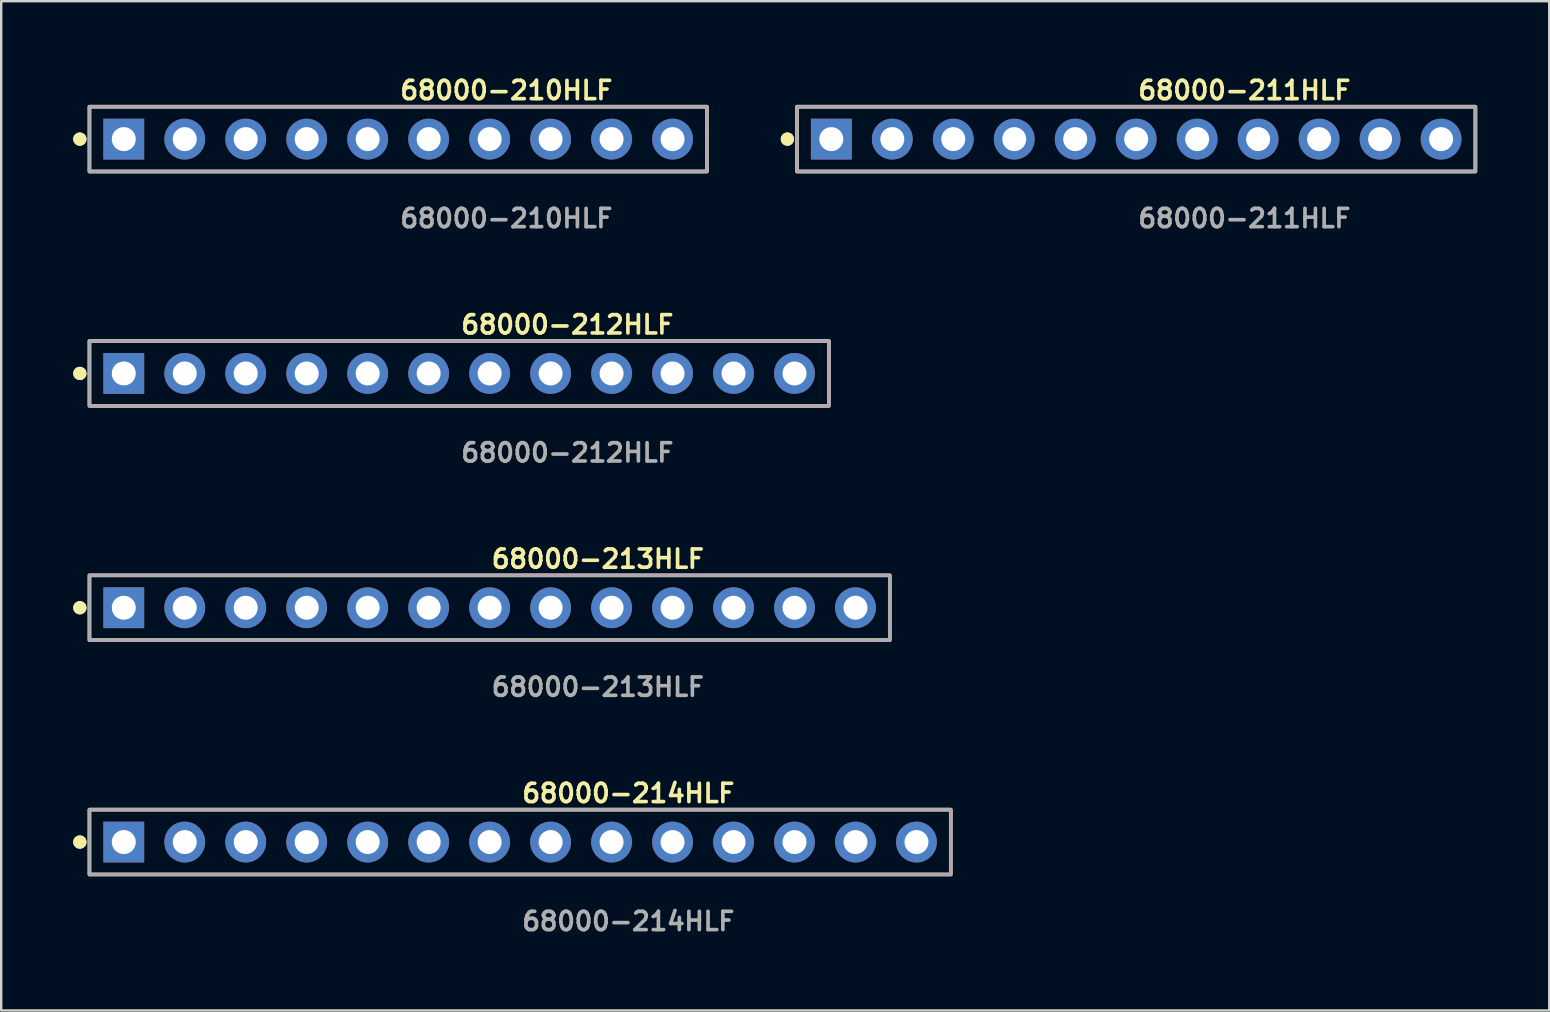
<source format=kicad_pcb>
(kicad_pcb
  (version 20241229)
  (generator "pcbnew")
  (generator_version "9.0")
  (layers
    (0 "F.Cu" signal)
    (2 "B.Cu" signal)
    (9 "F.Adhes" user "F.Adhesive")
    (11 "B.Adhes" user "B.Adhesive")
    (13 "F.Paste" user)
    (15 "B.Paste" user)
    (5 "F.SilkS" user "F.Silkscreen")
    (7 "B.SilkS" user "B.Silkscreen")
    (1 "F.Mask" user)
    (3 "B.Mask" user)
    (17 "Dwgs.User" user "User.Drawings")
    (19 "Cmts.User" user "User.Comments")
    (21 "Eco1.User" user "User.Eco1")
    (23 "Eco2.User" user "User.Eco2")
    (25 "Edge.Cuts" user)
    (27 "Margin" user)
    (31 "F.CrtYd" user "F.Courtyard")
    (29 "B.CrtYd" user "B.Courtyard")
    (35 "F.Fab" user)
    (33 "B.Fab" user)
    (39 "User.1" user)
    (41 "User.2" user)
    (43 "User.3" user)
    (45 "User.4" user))
  (footprint "68000-212HLF"
    (layer "F.Cu")
    (at 16.076 12.506)
    (property "Reference" "68000-212HLF" (at 0 -2.032 0) (unlocked yes) (layer "F.SilkS") (effects (font (size 0.762 0.762) (thickness 0.152)) (justify left)))
    (fp_rect (start -15.4 1.35) (end 15.4 -1.35) (stroke (width 0.152) (type solid)) (fill no) (layer "F.SilkS"))
    (fp_circle (center -15.8 0) (end -16 0) (stroke (width 0.152) (type solid)) (fill yes) (layer "F.SilkS"))
    (fp_circle (center -15.8 0) (end -16 0) (stroke (width 0.152) (type solid)) (fill yes) (layer "F.SilkS"))
    (fp_rect (start -15.4 1.35) (end 15.4 -1.35) (stroke (width 0.006) (type solid)) (fill no) (layer "F.CrtYd"))
    (fp_rect (start -15.4 1.35) (end 15.4 -1.35) (stroke (width 0.152) (type solid)) (fill no) (layer "F.Fab"))
    (fp_text user "${REFERENCE}" (at 0 3.302 0) (unlocked yes) (layer "F.Fab") (effects (font (size 0.762 0.762) (thickness 0.152)) (justify left)))
    (pad "1" thru_hole rect (at -13.97 0) (size 1.7 1.7) (drill 1) (layers "*.Cu" "*.Mask"))
    (pad "2" thru_hole circle (at -11.43 0) (size 1.7 1.7) (drill 1) (layers "*.Cu" "*.Mask"))
    (pad "3" thru_hole circle (at -8.89 0) (size 1.7 1.7) (drill 1) (layers "*.Cu" "*.Mask"))
    (pad "4" thru_hole circle (at -6.35 0) (size 1.7 1.7) (drill 1) (layers "*.Cu" "*.Mask"))
    (pad "5" thru_hole circle (at -3.81 0) (size 1.7 1.7) (drill 1) (layers "*.Cu" "*.Mask"))
    (pad "6" thru_hole circle (at -1.27 0) (size 1.7 1.7) (drill 1) (layers "*.Cu" "*.Mask"))
    (pad "7" thru_hole circle (at 1.27 0) (size 1.7 1.7) (drill 1) (layers "*.Cu" "*.Mask"))
    (pad "8" thru_hole circle (at 3.81 0) (size 1.7 1.7) (drill 1) (layers "*.Cu" "*.Mask"))
    (pad "9" thru_hole circle (at 6.35 0) (size 1.7 1.7) (drill 1) (layers "*.Cu" "*.Mask"))
    (pad "10" thru_hole circle (at 8.89 0) (size 1.7 1.7) (drill 1) (layers "*.Cu" "*.Mask"))
    (pad "11" thru_hole circle (at 11.43 0) (size 1.7 1.7) (drill 1) (layers "*.Cu" "*.Mask"))
    (pad "12" thru_hole circle (at 13.97 0) (size 1.7 1.7) (drill 1) (layers "*.Cu" "*.Mask")))
  (footprint "68000-213HLF"
    (layer "F.Cu")
    (at 17.346 22.266)
    (property "Reference" "68000-213HLF" (at 0 -2.032 0) (unlocked yes) (layer "F.SilkS") (effects (font (size 0.762 0.762) (thickness 0.152)) (justify left)))
    (fp_rect (start -16.67 1.35) (end 16.67 -1.35) (stroke (width 0.152) (type solid)) (fill no) (layer "F.SilkS"))
    (fp_circle (center -17.07 0) (end -17.27 0) (stroke (width 0.152) (type solid)) (fill yes) (layer "F.SilkS"))
    (fp_circle (center -17.07 0) (end -17.27 0) (stroke (width 0.152) (type solid)) (fill yes) (layer "F.SilkS"))
    (fp_rect (start -16.67 1.35) (end 16.67 -1.35) (stroke (width 0.006) (type solid)) (fill no) (layer "F.CrtYd"))
    (fp_rect (start -16.67 1.35) (end 16.67 -1.35) (stroke (width 0.152) (type solid)) (fill no) (layer "F.Fab"))
    (fp_text user "${REFERENCE}" (at 0 3.302 0) (unlocked yes) (layer "F.Fab") (effects (font (size 0.762 0.762) (thickness 0.152)) (justify left)))
    (pad "1" thru_hole rect (at -15.24 0) (size 1.7 1.7) (drill 1) (layers "*.Cu" "*.Mask"))
    (pad "2" thru_hole circle (at -12.7 0) (size 1.7 1.7) (drill 1) (layers "*.Cu" "*.Mask"))
    (pad "3" thru_hole circle (at -10.16 0) (size 1.7 1.7) (drill 1) (layers "*.Cu" "*.Mask"))
    (pad "4" thru_hole circle (at -7.62 0) (size 1.7 1.7) (drill 1) (layers "*.Cu" "*.Mask"))
    (pad "5" thru_hole circle (at -5.08 0) (size 1.7 1.7) (drill 1) (layers "*.Cu" "*.Mask"))
    (pad "6" thru_hole circle (at -2.54 0) (size 1.7 1.7) (drill 1) (layers "*.Cu" "*.Mask"))
    (pad "7" thru_hole circle (at 0 0) (size 1.7 1.7) (drill 1) (layers "*.Cu" "*.Mask"))
    (pad "8" thru_hole circle (at 2.54 0) (size 1.7 1.7) (drill 1) (layers "*.Cu" "*.Mask"))
    (pad "9" thru_hole circle (at 5.08 0) (size 1.7 1.7) (drill 1) (layers "*.Cu" "*.Mask"))
    (pad "10" thru_hole circle (at 7.62 0) (size 1.7 1.7) (drill 1) (layers "*.Cu" "*.Mask"))
    (pad "11" thru_hole circle (at 10.16 0) (size 1.7 1.7) (drill 1) (layers "*.Cu" "*.Mask"))
    (pad "12" thru_hole circle (at 12.7 0) (size 1.7 1.7) (drill 1) (layers "*.Cu" "*.Mask"))
    (pad "13" thru_hole circle (at 15.24 0) (size 1.7 1.7) (drill 1) (layers "*.Cu" "*.Mask")))
  (footprint "68000-214HLF"
    (layer "F.Cu")
    (at 18.616 32.027)
    (property "Reference" "68000-214HLF" (at 0 -2.032 0) (unlocked yes) (layer "F.SilkS") (effects (font (size 0.762 0.762) (thickness 0.152)) (justify left)))
    (fp_rect (start -17.94 1.35) (end 17.94 -1.35) (stroke (width 0.152) (type solid)) (fill no) (layer "F.SilkS"))
    (fp_circle (center -18.34 0) (end -18.54 0) (stroke (width 0.152) (type solid)) (fill yes) (layer "F.SilkS"))
    (fp_circle (center -18.34 0) (end -18.54 0) (stroke (width 0.152) (type solid)) (fill yes) (layer "F.SilkS"))
    (fp_rect (start -17.94 1.35) (end 17.94 -1.35) (stroke (width 0.006) (type solid)) (fill no) (layer "F.CrtYd"))
    (fp_rect (start -17.94 1.35) (end 17.94 -1.35) (stroke (width 0.152) (type solid)) (fill no) (layer "F.Fab"))
    (fp_text user "${REFERENCE}" (at 0 3.302 0) (unlocked yes) (layer "F.Fab") (effects (font (size 0.762 0.762) (thickness 0.152)) (justify left)))
    (pad "1" thru_hole rect (at -16.51 0) (size 1.7 1.7) (drill 1) (layers "*.Cu" "*.Mask"))
    (pad "2" thru_hole circle (at -13.97 0) (size 1.7 1.7) (drill 1) (layers "*.Cu" "*.Mask"))
    (pad "3" thru_hole circle (at -11.43 0) (size 1.7 1.7) (drill 1) (layers "*.Cu" "*.Mask"))
    (pad "4" thru_hole circle (at -8.89 0) (size 1.7 1.7) (drill 1) (layers "*.Cu" "*.Mask"))
    (pad "5" thru_hole circle (at -6.35 0) (size 1.7 1.7) (drill 1) (layers "*.Cu" "*.Mask"))
    (pad "6" thru_hole circle (at -3.81 0) (size 1.7 1.7) (drill 1) (layers "*.Cu" "*.Mask"))
    (pad "7" thru_hole circle (at -1.27 0) (size 1.7 1.7) (drill 1) (layers "*.Cu" "*.Mask"))
    (pad "8" thru_hole circle (at 1.27 0) (size 1.7 1.7) (drill 1) (layers "*.Cu" "*.Mask"))
    (pad "9" thru_hole circle (at 3.81 0) (size 1.7 1.7) (drill 1) (layers "*.Cu" "*.Mask"))
    (pad "10" thru_hole circle (at 6.35 0) (size 1.7 1.7) (drill 1) (layers "*.Cu" "*.Mask"))
    (pad "11" thru_hole circle (at 8.89 0) (size 1.7 1.7) (drill 1) (layers "*.Cu" "*.Mask"))
    (pad "12" thru_hole circle (at 11.43 0) (size 1.7 1.7) (drill 1) (layers "*.Cu" "*.Mask"))
    (pad "13" thru_hole circle (at 13.97 0) (size 1.7 1.7) (drill 1) (layers "*.Cu" "*.Mask"))
    (pad "14" thru_hole circle (at 16.51 0) (size 1.7 1.7) (drill 1) (layers "*.Cu" "*.Mask")))
  (footprint "68000-210HLF"
    (layer "F.Cu")
    (at 13.536 2.745)
    (property "Reference" "68000-210HLF" (at 0 -2.032 0) (unlocked yes) (layer "F.SilkS") (effects (font (size 0.762 0.762) (thickness 0.152)) (justify left)))
    (fp_rect (start -12.86 1.35) (end 12.86 -1.35) (stroke (width 0.152) (type solid)) (fill no) (layer "F.SilkS"))
    (fp_circle (center -13.26 0) (end -13.46 0) (stroke (width 0.152) (type solid)) (fill yes) (layer "F.SilkS"))
    (fp_circle (center -13.26 0) (end -13.46 0) (stroke (width 0.152) (type solid)) (fill yes) (layer "F.SilkS"))
    (fp_rect (start -12.86 1.35) (end 12.86 -1.35) (stroke (width 0.006) (type solid)) (fill no) (layer "F.CrtYd"))
    (fp_rect (start -12.86 1.35) (end 12.86 -1.35) (stroke (width 0.152) (type solid)) (fill no) (layer "F.Fab"))
    (fp_text user "${REFERENCE}" (at 0 3.302 0) (unlocked yes) (layer "F.Fab") (effects (font (size 0.762 0.762) (thickness 0.152)) (justify left)))
    (pad "1" thru_hole rect (at -11.43 0) (size 1.7 1.7) (drill 1) (layers "*.Cu" "*.Mask"))
    (pad "2" thru_hole circle (at -8.89 0) (size 1.7 1.7) (drill 1) (layers "*.Cu" "*.Mask"))
    (pad "3" thru_hole circle (at -6.35 0) (size 1.7 1.7) (drill 1) (layers "*.Cu" "*.Mask"))
    (pad "4" thru_hole circle (at -3.81 0) (size 1.7 1.7) (drill 1) (layers "*.Cu" "*.Mask"))
    (pad "5" thru_hole circle (at -1.27 0) (size 1.7 1.7) (drill 1) (layers "*.Cu" "*.Mask"))
    (pad "6" thru_hole circle (at 1.27 0) (size 1.7 1.7) (drill 1) (layers "*.Cu" "*.Mask"))
    (pad "7" thru_hole circle (at 3.81 0) (size 1.7 1.7) (drill 1) (layers "*.Cu" "*.Mask"))
    (pad "8" thru_hole circle (at 6.35 0) (size 1.7 1.7) (drill 1) (layers "*.Cu" "*.Mask"))
    (pad "9" thru_hole circle (at 8.89 0) (size 1.7 1.7) (drill 1) (layers "*.Cu" "*.Mask"))
    (pad "10" thru_hole circle (at 11.43 0) (size 1.7 1.7) (drill 1) (layers "*.Cu" "*.Mask")))
  (footprint "68000-211HLF"
    (layer "F.Cu")
    (at 44.279 2.745)
    (property "Reference" "68000-211HLF" (at 0 -2.032 0) (unlocked yes) (layer "F.SilkS") (effects (font (size 0.762 0.762) (thickness 0.152)) (justify left)))
    (fp_rect (start -14.13 1.35) (end 14.13 -1.35) (stroke (width 0.152) (type solid)) (fill no) (layer "F.SilkS"))
    (fp_circle (center -14.53 0) (end -14.73 0) (stroke (width 0.152) (type solid)) (fill yes) (layer "F.SilkS"))
    (fp_circle (center -14.53 0) (end -14.73 0) (stroke (width 0.152) (type solid)) (fill yes) (layer "F.SilkS"))
    (fp_rect (start -14.13 1.35) (end 14.13 -1.35) (stroke (width 0.006) (type solid)) (fill no) (layer "F.CrtYd"))
    (fp_rect (start -14.13 1.35) (end 14.13 -1.35) (stroke (width 0.152) (type solid)) (fill no) (layer "F.Fab"))
    (fp_text user "${REFERENCE}" (at 0 3.302 0) (unlocked yes) (layer "F.Fab") (effects (font (size 0.762 0.762) (thickness 0.152)) (justify left)))
    (pad "1" thru_hole rect (at -12.7 0) (size 1.7 1.7) (drill 1) (layers "*.Cu" "*.Mask"))
    (pad "2" thru_hole circle (at -10.16 0) (size 1.7 1.7) (drill 1) (layers "*.Cu" "*.Mask"))
    (pad "3" thru_hole circle (at -7.62 0) (size 1.7 1.7) (drill 1) (layers "*.Cu" "*.Mask"))
    (pad "4" thru_hole circle (at -5.08 0) (size 1.7 1.7) (drill 1) (layers "*.Cu" "*.Mask"))
    (pad "5" thru_hole circle (at -2.54 0) (size 1.7 1.7) (drill 1) (layers "*.Cu" "*.Mask"))
    (pad "6" thru_hole circle (at 0 0) (size 1.7 1.7) (drill 1) (layers "*.Cu" "*.Mask"))
    (pad "7" thru_hole circle (at 2.54 0) (size 1.7 1.7) (drill 1) (layers "*.Cu" "*.Mask"))
    (pad "8" thru_hole circle (at 5.08 0) (size 1.7 1.7) (drill 1) (layers "*.Cu" "*.Mask"))
    (pad "9" thru_hole circle (at 7.62 0) (size 1.7 1.7) (drill 1) (layers "*.Cu" "*.Mask"))
    (pad "10" thru_hole circle (at 10.16 0) (size 1.7 1.7) (drill 1) (layers "*.Cu" "*.Mask"))
    (pad "11" thru_hole circle (at 12.7 0) (size 1.7 1.7) (drill 1) (layers "*.Cu" "*.Mask")))
  (gr_rect
    (start -3 -3)
    (end 61.485 39.042)
    (stroke (width 0.1) (type default))
    (fill no)
    (layer "Edge.Cuts")))
</source>
